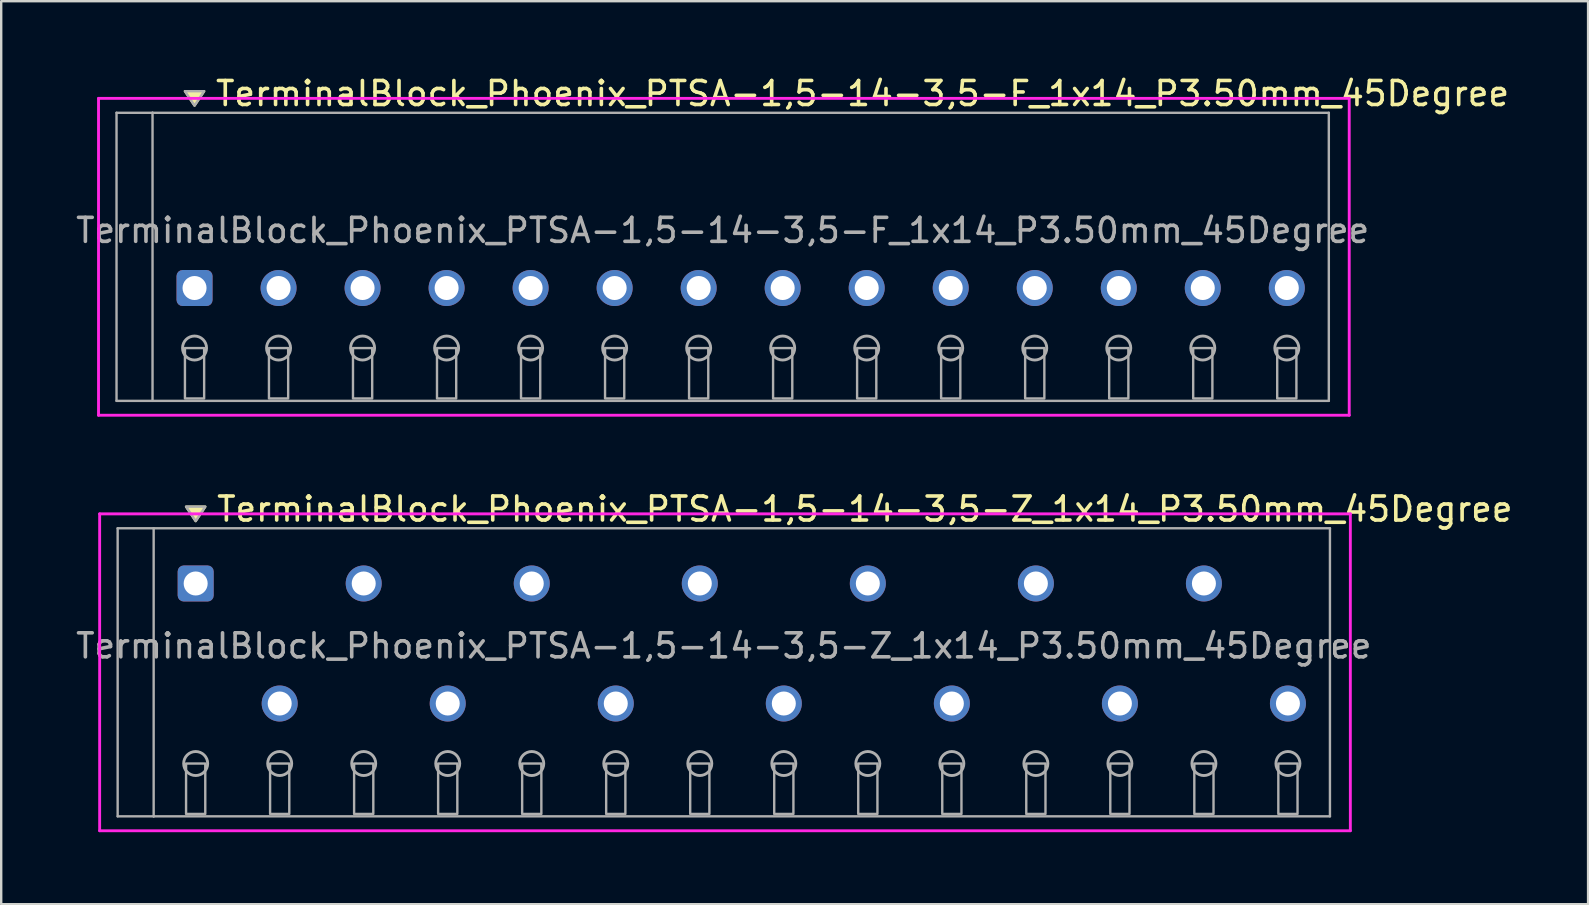
<source format=kicad_pcb>
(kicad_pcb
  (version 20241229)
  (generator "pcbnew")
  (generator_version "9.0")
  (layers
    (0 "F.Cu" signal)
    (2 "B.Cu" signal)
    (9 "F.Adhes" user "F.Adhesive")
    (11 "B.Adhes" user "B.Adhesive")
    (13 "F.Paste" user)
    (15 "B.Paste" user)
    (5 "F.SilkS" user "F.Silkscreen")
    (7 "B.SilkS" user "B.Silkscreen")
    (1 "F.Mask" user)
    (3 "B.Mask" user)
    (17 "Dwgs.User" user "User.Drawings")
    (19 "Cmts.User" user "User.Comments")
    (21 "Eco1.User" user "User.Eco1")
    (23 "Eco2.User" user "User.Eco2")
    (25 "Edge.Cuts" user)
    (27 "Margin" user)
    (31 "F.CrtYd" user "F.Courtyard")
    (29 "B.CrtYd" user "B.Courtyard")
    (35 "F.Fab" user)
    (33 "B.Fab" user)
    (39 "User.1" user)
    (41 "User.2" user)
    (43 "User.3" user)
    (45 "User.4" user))
  (footprint "TerminalBlock_Phoenix_PTSA-1,5-14-3,5-F_1x14_P3.50mm_45Degree"
    (layer "F.Cu")
    (at 5.054 8.948)
    (property "Reference" "TerminalBlock_Phoenix_PTSA-1,5-14-3,5-F_1x14_P3.50mm_45Degree" (at 0.8 -8.1 0) (layer "F.SilkS") (effects (font (size 1 1) (thickness 0.15)) (justify left)))
    (attr through_hole)
    (fp_poly (pts (xy 0 -7.6) (xy -0.4 -8.2) (xy 0.4 -8.2)) (stroke (width 0.1) (type solid)) (fill yes) (layer "F.SilkS"))
    (fp_line (start -4 -7.9) (end 48.1 -7.9) (stroke (width 0.12) (type solid)) (layer "F.CrtYd"))
    (fp_line (start -4 5.3) (end -4 -7.9) (stroke (width 0.12) (type solid)) (layer "F.CrtYd"))
    (fp_line (start 48.1 -7.9) (end 48.1 5.3) (stroke (width 0.12) (type solid)) (layer "F.CrtYd"))
    (fp_line (start 48.1 5.3) (end -4 5.3) (stroke (width 0.12) (type solid)) (layer "F.CrtYd"))
    (fp_line (start -3.25 -7.3) (end -1.75 -7.3) (stroke (width 0.1) (type solid)) (layer "F.Fab"))
    (fp_line (start -3.25 4.7) (end -3.25 -7.3) (stroke (width 0.1) (type solid)) (layer "F.Fab"))
    (fp_line (start -1.75 -7.3) (end -1.75 4.7) (stroke (width 0.1) (type solid)) (layer "F.Fab"))
    (fp_line (start -1.75 4.7) (end -3.25 4.7) (stroke (width 0.1) (type solid)) (layer "F.Fab"))
    (fp_line (start -1.75 4.7) (end 47.25 4.7) (stroke (width 0.1) (type solid)) (layer "F.Fab"))
    (fp_line (start 47.25 -7.3) (end -1.75 -7.3) (stroke (width 0.1) (type solid)) (layer "F.Fab"))
    (fp_line (start 47.25 4.7) (end 47.25 -7.3) (stroke (width 0.1) (type solid)) (layer "F.Fab"))
    (fp_circle (center 0 2.5) (end -0.5 2.5) (stroke (width 0.12) (type solid)) (fill no) (layer "F.Fab"))
    (fp_circle (center 3.5 2.5) (end 3 2.5) (stroke (width 0.12) (type solid)) (fill no) (layer "F.Fab"))
    (fp_circle (center 7 2.5) (end 6.5 2.5) (stroke (width 0.12) (type solid)) (fill no) (layer "F.Fab"))
    (fp_circle (center 10.5 2.5) (end 10 2.5) (stroke (width 0.12) (type solid)) (fill no) (layer "F.Fab"))
    (fp_circle (center 14 2.5) (end 13.5 2.5) (stroke (width 0.12) (type solid)) (fill no) (layer "F.Fab"))
    (fp_circle (center 17.5 2.5) (end 17 2.5) (stroke (width 0.12) (type solid)) (fill no) (layer "F.Fab"))
    (fp_circle (center 21 2.5) (end 20.5 2.5) (stroke (width 0.12) (type solid)) (fill no) (layer "F.Fab"))
    (fp_circle (center 24.5 2.5) (end 24 2.5) (stroke (width 0.12) (type solid)) (fill no) (layer "F.Fab"))
    (fp_circle (center 28 2.5) (end 27.5 2.5) (stroke (width 0.12) (type solid)) (fill no) (layer "F.Fab"))
    (fp_circle (center 31.5 2.5) (end 31 2.5) (stroke (width 0.12) (type solid)) (fill no) (layer "F.Fab"))
    (fp_circle (center 35 2.5) (end 34.5 2.5) (stroke (width 0.12) (type solid)) (fill no) (layer "F.Fab"))
    (fp_circle (center 38.5 2.5) (end 38 2.5) (stroke (width 0.12) (type solid)) (fill no) (layer "F.Fab"))
    (fp_circle (center 42 2.5) (end 41.5 2.5) (stroke (width 0.12) (type solid)) (fill no) (layer "F.Fab"))
    (fp_circle (center 45.5 2.5) (end 45 2.5) (stroke (width 0.12) (type solid)) (fill no) (layer "F.Fab"))
    (fp_poly (pts (xy 0 -7.6) (xy -0.4 -8.2) (xy 0.4 -8.2)) (stroke (width 0.1) (type solid)) (fill no) (layer "F.Fab"))
    (fp_poly (pts (xy -0.4 2.5) (xy -0.4 4.6) (xy 0.4 4.6) (xy 0.4 2.5)) (stroke (width 0.1) (type solid)) (fill no) (layer "F.Fab"))
    (fp_poly (pts (xy 3.1 2.5) (xy 3.1 4.6) (xy 3.9 4.6) (xy 3.9 2.5)) (stroke (width 0.1) (type solid)) (fill no) (layer "F.Fab"))
    (fp_poly (pts (xy 6.6 2.5) (xy 6.6 4.6) (xy 7.4 4.6) (xy 7.4 2.5)) (stroke (width 0.1) (type solid)) (fill no) (layer "F.Fab"))
    (fp_poly (pts (xy 10.1 2.5) (xy 10.1 4.6) (xy 10.9 4.6) (xy 10.9 2.5)) (stroke (width 0.1) (type solid)) (fill no) (layer "F.Fab"))
    (fp_poly (pts (xy 13.6 2.5) (xy 13.6 4.6) (xy 14.4 4.6) (xy 14.4 2.5)) (stroke (width 0.1) (type solid)) (fill no) (layer "F.Fab"))
    (fp_poly (pts (xy 17.1 2.5) (xy 17.1 4.6) (xy 17.9 4.6) (xy 17.9 2.5)) (stroke (width 0.1) (type solid)) (fill no) (layer "F.Fab"))
    (fp_poly (pts (xy 20.6 2.5) (xy 20.6 4.6) (xy 21.4 4.6) (xy 21.4 2.5)) (stroke (width 0.1) (type solid)) (fill no) (layer "F.Fab"))
    (fp_poly (pts (xy 24.1 2.5) (xy 24.1 4.6) (xy 24.9 4.6) (xy 24.9 2.5)) (stroke (width 0.1) (type solid)) (fill no) (layer "F.Fab"))
    (fp_poly (pts (xy 27.6 2.5) (xy 27.6 4.6) (xy 28.4 4.6) (xy 28.4 2.5)) (stroke (width 0.1) (type solid)) (fill no) (layer "F.Fab"))
    (fp_poly (pts (xy 31.1 2.5) (xy 31.1 4.6) (xy 31.9 4.6) (xy 31.9 2.5)) (stroke (width 0.1) (type solid)) (fill no) (layer "F.Fab"))
    (fp_poly (pts (xy 34.6 2.5) (xy 34.6 4.6) (xy 35.4 4.6) (xy 35.4 2.5)) (stroke (width 0.1) (type solid)) (fill no) (layer "F.Fab"))
    (fp_poly (pts (xy 38.1 2.5) (xy 38.1 4.6) (xy 38.9 4.6) (xy 38.9 2.5)) (stroke (width 0.1) (type solid)) (fill no) (layer "F.Fab"))
    (fp_poly (pts (xy 41.6 2.5) (xy 41.6 4.6) (xy 42.4 4.6) (xy 42.4 2.5)) (stroke (width 0.1) (type solid)) (fill no) (layer "F.Fab"))
    (fp_poly (pts (xy 45.1 2.5) (xy 45.1 4.6) (xy 45.9 4.6) (xy 45.9 2.5)) (stroke (width 0.1) (type solid)) (fill no) (layer "F.Fab"))
    (fp_text user "${REFERENCE}" (at 22 -2.4 0) (layer "F.Fab") (effects (font (size 1 1) (thickness 0.15))))
    (pad "1" thru_hole roundrect (at 0 0) (size 1.5 1.5) (drill 1) (layers "*.Cu" "*.Mask") (roundrect_rratio 0.167))
    (pad "2" thru_hole oval (at 3.5 0) (size 1.5 1.5) (drill 1) (layers "*.Cu" "*.Mask"))
    (pad "3" thru_hole oval (at 7 0) (size 1.5 1.5) (drill 1) (layers "*.Cu" "*.Mask"))
    (pad "4" thru_hole oval (at 10.5 0) (size 1.5 1.5) (drill 1) (layers "*.Cu" "*.Mask"))
    (pad "5" thru_hole oval (at 14 0) (size 1.5 1.5) (drill 1) (layers "*.Cu" "*.Mask"))
    (pad "6" thru_hole oval (at 17.5 0) (size 1.5 1.5) (drill 1) (layers "*.Cu" "*.Mask"))
    (pad "7" thru_hole oval (at 21 0) (size 1.5 1.5) (drill 1) (layers "*.Cu" "*.Mask"))
    (pad "8" thru_hole oval (at 24.5 0) (size 1.5 1.5) (drill 1) (layers "*.Cu" "*.Mask"))
    (pad "9" thru_hole oval (at 28 0) (size 1.5 1.5) (drill 1) (layers "*.Cu" "*.Mask"))
    (pad "10" thru_hole oval (at 31.5 0) (size 1.5 1.5) (drill 1) (layers "*.Cu" "*.Mask"))
    (pad "11" thru_hole oval (at 35 0) (size 1.5 1.5) (drill 1) (layers "*.Cu" "*.Mask"))
    (pad "12" thru_hole oval (at 38.5 0) (size 1.5 1.5) (drill 1) (layers "*.Cu" "*.Mask"))
    (pad "13" thru_hole oval (at 42 0) (size 1.5 1.5) (drill 1) (layers "*.Cu" "*.Mask"))
    (pad "14" thru_hole oval (at 45.5 0) (size 1.5 1.5) (drill 1) (layers "*.Cu" "*.Mask")))
  (footprint "TerminalBlock_Phoenix_PTSA-1,5-14-3,5-Z_1x14_P3.50mm_45Degree"
    (layer "F.Cu")
    (at 5.101 26.256)
    (property "Reference" "TerminalBlock_Phoenix_PTSA-1,5-14-3,5-Z_1x14_P3.50mm_45Degree" (at 0.8 -8.1 0) (layer "F.SilkS") (effects (font (size 1 1) (thickness 0.15)) (justify left)))
    (attr through_hole)
    (fp_poly (pts (xy 0 -7.6) (xy -0.4 -8.2) (xy 0.4 -8.2)) (stroke (width 0.1) (type solid)) (fill yes) (layer "F.SilkS"))
    (fp_line (start -4 -7.9) (end 48.1 -7.9) (stroke (width 0.12) (type solid)) (layer "F.CrtYd"))
    (fp_line (start -4 5.3) (end -4 -7.9) (stroke (width 0.12) (type solid)) (layer "F.CrtYd"))
    (fp_line (start 48.1 -7.9) (end 48.1 5.3) (stroke (width 0.12) (type solid)) (layer "F.CrtYd"))
    (fp_line (start 48.1 5.3) (end -4 5.3) (stroke (width 0.12) (type solid)) (layer "F.CrtYd"))
    (fp_line (start -3.25 -7.3) (end -1.75 -7.3) (stroke (width 0.1) (type solid)) (layer "F.Fab"))
    (fp_line (start -3.25 4.7) (end -3.25 -7.3) (stroke (width 0.1) (type solid)) (layer "F.Fab"))
    (fp_line (start -1.75 -7.3) (end -1.75 4.7) (stroke (width 0.1) (type solid)) (layer "F.Fab"))
    (fp_line (start -1.75 4.7) (end -3.25 4.7) (stroke (width 0.1) (type solid)) (layer "F.Fab"))
    (fp_line (start -1.75 4.7) (end 47.25 4.7) (stroke (width 0.1) (type solid)) (layer "F.Fab"))
    (fp_line (start 47.25 -7.3) (end -1.75 -7.3) (stroke (width 0.1) (type solid)) (layer "F.Fab"))
    (fp_line (start 47.25 4.7) (end 47.25 -7.3) (stroke (width 0.1) (type solid)) (layer "F.Fab"))
    (fp_circle (center 0 2.5) (end -0.5 2.5) (stroke (width 0.12) (type solid)) (fill no) (layer "F.Fab"))
    (fp_circle (center 3.5 2.5) (end 3 2.5) (stroke (width 0.12) (type solid)) (fill no) (layer "F.Fab"))
    (fp_circle (center 7 2.5) (end 6.5 2.5) (stroke (width 0.12) (type solid)) (fill no) (layer "F.Fab"))
    (fp_circle (center 10.5 2.5) (end 10 2.5) (stroke (width 0.12) (type solid)) (fill no) (layer "F.Fab"))
    (fp_circle (center 14 2.5) (end 13.5 2.5) (stroke (width 0.12) (type solid)) (fill no) (layer "F.Fab"))
    (fp_circle (center 17.5 2.5) (end 17 2.5) (stroke (width 0.12) (type solid)) (fill no) (layer "F.Fab"))
    (fp_circle (center 21 2.5) (end 20.5 2.5) (stroke (width 0.12) (type solid)) (fill no) (layer "F.Fab"))
    (fp_circle (center 24.5 2.5) (end 24 2.5) (stroke (width 0.12) (type solid)) (fill no) (layer "F.Fab"))
    (fp_circle (center 28 2.5) (end 27.5 2.5) (stroke (width 0.12) (type solid)) (fill no) (layer "F.Fab"))
    (fp_circle (center 31.5 2.5) (end 31 2.5) (stroke (width 0.12) (type solid)) (fill no) (layer "F.Fab"))
    (fp_circle (center 35 2.5) (end 34.5 2.5) (stroke (width 0.12) (type solid)) (fill no) (layer "F.Fab"))
    (fp_circle (center 38.5 2.5) (end 38 2.5) (stroke (width 0.12) (type solid)) (fill no) (layer "F.Fab"))
    (fp_circle (center 42 2.5) (end 41.5 2.5) (stroke (width 0.12) (type solid)) (fill no) (layer "F.Fab"))
    (fp_circle (center 45.5 2.5) (end 45 2.5) (stroke (width 0.12) (type solid)) (fill no) (layer "F.Fab"))
    (fp_poly (pts (xy 0 -7.6) (xy -0.4 -8.2) (xy 0.4 -8.2)) (stroke (width 0.1) (type solid)) (fill no) (layer "F.Fab"))
    (fp_poly (pts (xy -0.4 2.5) (xy -0.4 4.6) (xy 0.4 4.6) (xy 0.4 2.5)) (stroke (width 0.1) (type solid)) (fill no) (layer "F.Fab"))
    (fp_poly (pts (xy 3.1 2.5) (xy 3.1 4.6) (xy 3.9 4.6) (xy 3.9 2.5)) (stroke (width 0.1) (type solid)) (fill no) (layer "F.Fab"))
    (fp_poly (pts (xy 6.6 2.5) (xy 6.6 4.6) (xy 7.4 4.6) (xy 7.4 2.5)) (stroke (width 0.1) (type solid)) (fill no) (layer "F.Fab"))
    (fp_poly (pts (xy 10.1 2.5) (xy 10.1 4.6) (xy 10.9 4.6) (xy 10.9 2.5)) (stroke (width 0.1) (type solid)) (fill no) (layer "F.Fab"))
    (fp_poly (pts (xy 13.6 2.5) (xy 13.6 4.6) (xy 14.4 4.6) (xy 14.4 2.5)) (stroke (width 0.1) (type solid)) (fill no) (layer "F.Fab"))
    (fp_poly (pts (xy 17.1 2.5) (xy 17.1 4.6) (xy 17.9 4.6) (xy 17.9 2.5)) (stroke (width 0.1) (type solid)) (fill no) (layer "F.Fab"))
    (fp_poly (pts (xy 20.6 2.5) (xy 20.6 4.6) (xy 21.4 4.6) (xy 21.4 2.5)) (stroke (width 0.1) (type solid)) (fill no) (layer "F.Fab"))
    (fp_poly (pts (xy 24.1 2.5) (xy 24.1 4.6) (xy 24.9 4.6) (xy 24.9 2.5)) (stroke (width 0.1) (type solid)) (fill no) (layer "F.Fab"))
    (fp_poly (pts (xy 27.6 2.5) (xy 27.6 4.6) (xy 28.4 4.6) (xy 28.4 2.5)) (stroke (width 0.1) (type solid)) (fill no) (layer "F.Fab"))
    (fp_poly (pts (xy 31.1 2.5) (xy 31.1 4.6) (xy 31.9 4.6) (xy 31.9 2.5)) (stroke (width 0.1) (type solid)) (fill no) (layer "F.Fab"))
    (fp_poly (pts (xy 34.6 2.5) (xy 34.6 4.6) (xy 35.4 4.6) (xy 35.4 2.5)) (stroke (width 0.1) (type solid)) (fill no) (layer "F.Fab"))
    (fp_poly (pts (xy 38.1 2.5) (xy 38.1 4.6) (xy 38.9 4.6) (xy 38.9 2.5)) (stroke (width 0.1) (type solid)) (fill no) (layer "F.Fab"))
    (fp_poly (pts (xy 41.6 2.5) (xy 41.6 4.6) (xy 42.4 4.6) (xy 42.4 2.5)) (stroke (width 0.1) (type solid)) (fill no) (layer "F.Fab"))
    (fp_poly (pts (xy 45.1 2.5) (xy 45.1 4.6) (xy 45.9 4.6) (xy 45.9 2.5)) (stroke (width 0.1) (type solid)) (fill no) (layer "F.Fab"))
    (fp_text user "${REFERENCE}" (at 22 -2.4 0) (layer "F.Fab") (effects (font (size 1 1) (thickness 0.15))))
    (pad "1" thru_hole roundrect (at 0 -5) (size 1.5 1.5) (drill 1) (layers "*.Cu" "*.Mask") (roundrect_rratio 0.167))
    (pad "2" thru_hole oval (at 3.5 0) (size 1.5 1.5) (drill 1) (layers "*.Cu" "*.Mask"))
    (pad "3" thru_hole oval (at 7 -5) (size 1.5 1.5) (drill 1) (layers "*.Cu" "*.Mask"))
    (pad "4" thru_hole oval (at 10.5 0) (size 1.5 1.5) (drill 1) (layers "*.Cu" "*.Mask"))
    (pad "5" thru_hole oval (at 14 -5) (size 1.5 1.5) (drill 1) (layers "*.Cu" "*.Mask"))
    (pad "6" thru_hole oval (at 17.5 0) (size 1.5 1.5) (drill 1) (layers "*.Cu" "*.Mask"))
    (pad "7" thru_hole oval (at 21 -5) (size 1.5 1.5) (drill 1) (layers "*.Cu" "*.Mask"))
    (pad "8" thru_hole oval (at 24.5 0) (size 1.5 1.5) (drill 1) (layers "*.Cu" "*.Mask"))
    (pad "9" thru_hole oval (at 28 -5) (size 1.5 1.5) (drill 1) (layers "*.Cu" "*.Mask"))
    (pad "10" thru_hole oval (at 31.5 0) (size 1.5 1.5) (drill 1) (layers "*.Cu" "*.Mask"))
    (pad "11" thru_hole oval (at 35 -5) (size 1.5 1.5) (drill 1) (layers "*.Cu" "*.Mask"))
    (pad "12" thru_hole oval (at 38.5 0) (size 1.5 1.5) (drill 1) (layers "*.Cu" "*.Mask"))
    (pad "13" thru_hole oval (at 42 -5) (size 1.5 1.5) (drill 1) (layers "*.Cu" "*.Mask"))
    (pad "14" thru_hole oval (at 45.5 0) (size 1.5 1.5) (drill 1) (layers "*.Cu" "*.Mask")))
  (gr_rect
    (start -3 -3)
    (end 63.104 34.617)
    (stroke (width 0.1) (type default))
    (fill no)
    (layer "Edge.Cuts")))
</source>
